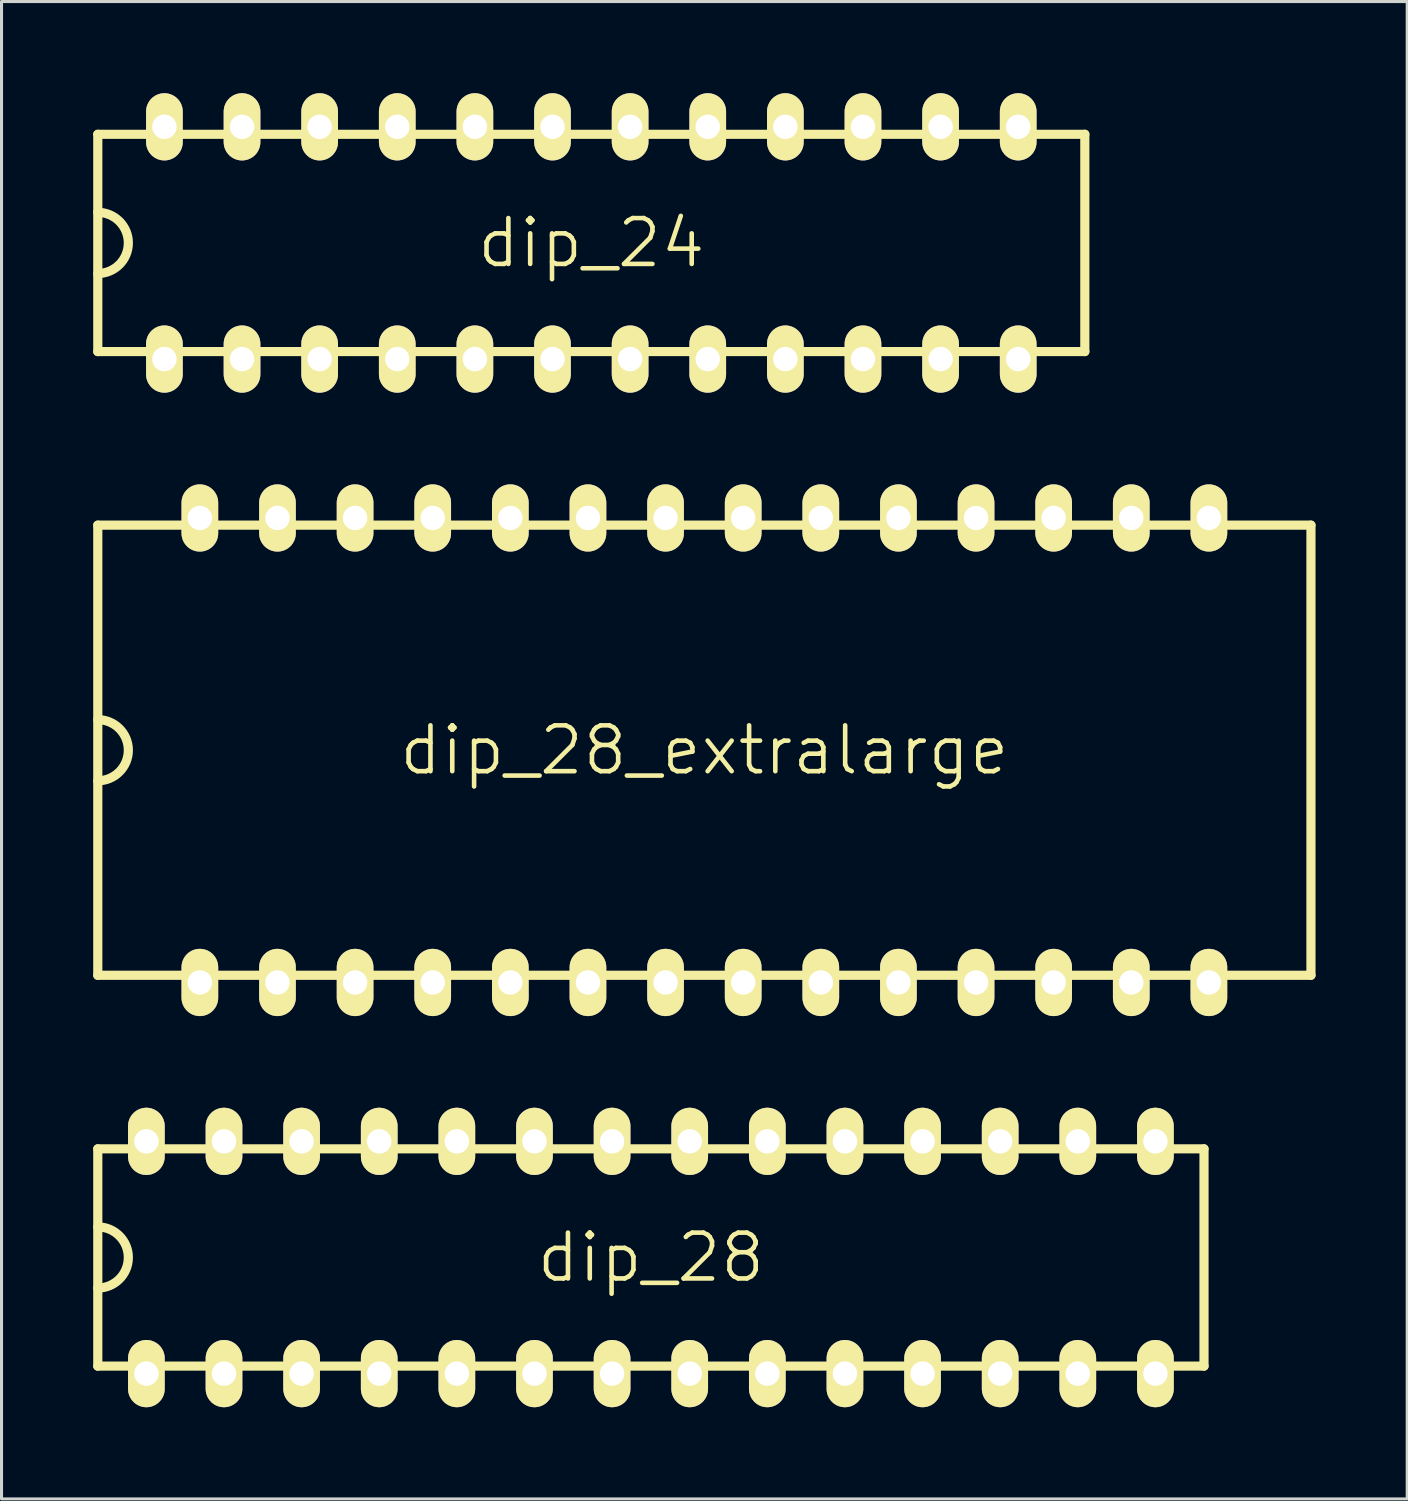
<source format=kicad_pcb>
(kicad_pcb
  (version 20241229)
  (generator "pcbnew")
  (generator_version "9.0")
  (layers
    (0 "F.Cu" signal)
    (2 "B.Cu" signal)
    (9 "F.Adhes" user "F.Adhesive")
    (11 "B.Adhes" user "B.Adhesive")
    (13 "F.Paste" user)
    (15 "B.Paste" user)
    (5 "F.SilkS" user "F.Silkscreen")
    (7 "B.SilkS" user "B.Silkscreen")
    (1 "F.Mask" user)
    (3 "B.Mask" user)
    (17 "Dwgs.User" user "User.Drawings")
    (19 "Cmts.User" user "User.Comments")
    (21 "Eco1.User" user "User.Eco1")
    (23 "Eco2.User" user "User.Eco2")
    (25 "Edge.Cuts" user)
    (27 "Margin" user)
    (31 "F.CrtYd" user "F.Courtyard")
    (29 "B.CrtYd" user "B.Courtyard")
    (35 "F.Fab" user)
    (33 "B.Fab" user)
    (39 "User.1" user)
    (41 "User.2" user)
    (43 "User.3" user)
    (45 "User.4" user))
  (footprint "dip_28"
    (layer "F.Cu")
    (at 18.25 38.1)
    (property "Reference" "dip_28" (at 0 0 0) (layer "F.SilkS") (effects (font (size 1.5 1.5) (thickness 0.15))))
    (attr through_hole)
    (fp_line (start -18.1 -3.555) (end 18.1 -3.555) (stroke (width 0.3) (type solid)) (layer "F.SilkS"))
    (fp_line (start -18.1 3.555) (end -18.1 -3.555) (stroke (width 0.3) (type solid)) (layer "F.SilkS"))
    (fp_line (start 18.1 -3.555) (end 18.1 3.555) (stroke (width 0.3) (type solid)) (layer "F.SilkS"))
    (fp_line (start 18.1 3.555) (end -18.1 3.555) (stroke (width 0.3) (type solid)) (layer "F.SilkS"))
    (fp_arc (start -18.1 -1) (mid -17.1 0) (end -18.1 1) (stroke (width 0.3) (type solid)) (layer "F.SilkS"))
    (pad "1" thru_hole oval (at -16.51 3.8) (size 1.2 2.2) (drill 0.8) (layers "*.Cu" "*.Mask" "F.SilkS"))
    (pad "2" thru_hole oval (at -13.97 3.8) (size 1.2 2.2) (drill 0.8) (layers "*.Cu" "*.Mask" "F.SilkS"))
    (pad "3" thru_hole oval (at -11.43 3.8) (size 1.2 2.2) (drill 0.8) (layers "*.Cu" "*.Mask" "F.SilkS"))
    (pad "4" thru_hole oval (at -8.89 3.8) (size 1.2 2.2) (drill 0.8) (layers "*.Cu" "*.Mask" "F.SilkS"))
    (pad "5" thru_hole oval (at -6.35 3.8) (size 1.2 2.2) (drill 0.8) (layers "*.Cu" "*.Mask" "F.SilkS"))
    (pad "6" thru_hole oval (at -3.81 3.8) (size 1.2 2.2) (drill 0.8) (layers "*.Cu" "*.Mask" "F.SilkS"))
    (pad "7" thru_hole oval (at -1.27 3.8) (size 1.2 2.2) (drill 0.8) (layers "*.Cu" "*.Mask" "F.SilkS"))
    (pad "8" thru_hole oval (at 1.27 3.8) (size 1.2 2.2) (drill 0.8) (layers "*.Cu" "*.Mask" "F.SilkS"))
    (pad "9" thru_hole oval (at 3.81 3.8) (size 1.2 2.2) (drill 0.8) (layers "*.Cu" "*.Mask" "F.SilkS"))
    (pad "10" thru_hole oval (at 6.35 3.8) (size 1.2 2.2) (drill 0.8) (layers "*.Cu" "*.Mask" "F.SilkS"))
    (pad "11" thru_hole oval (at 8.89 3.8) (size 1.2 2.2) (drill 0.8) (layers "*.Cu" "*.Mask" "F.SilkS"))
    (pad "12" thru_hole oval (at 11.43 3.8) (size 1.2 2.2) (drill 0.8) (layers "*.Cu" "*.Mask" "F.SilkS"))
    (pad "13" thru_hole oval (at 13.97 3.8) (size 1.2 2.2) (drill 0.8) (layers "*.Cu" "*.Mask" "F.SilkS"))
    (pad "14" thru_hole oval (at 16.51 3.8) (size 1.2 2.2) (drill 0.8) (layers "*.Cu" "*.Mask" "F.SilkS"))
    (pad "15" thru_hole oval (at 16.51 -3.8) (size 1.2 2.2) (drill 0.8) (layers "*.Cu" "*.Mask" "F.SilkS"))
    (pad "16" thru_hole oval (at 13.97 -3.8) (size 1.2 2.2) (drill 0.8) (layers "*.Cu" "*.Mask" "F.SilkS"))
    (pad "17" thru_hole oval (at 11.43 -3.8) (size 1.2 2.2) (drill 0.8) (layers "*.Cu" "*.Mask" "F.SilkS"))
    (pad "18" thru_hole oval (at 8.89 -3.8) (size 1.2 2.2) (drill 0.8) (layers "*.Cu" "*.Mask" "F.SilkS"))
    (pad "19" thru_hole oval (at 6.35 -3.8) (size 1.2 2.2) (drill 0.8) (layers "*.Cu" "*.Mask" "F.SilkS"))
    (pad "20" thru_hole oval (at 3.81 -3.8) (size 1.2 2.2) (drill 0.8) (layers "*.Cu" "*.Mask" "F.SilkS"))
    (pad "21" thru_hole oval (at 1.27 -3.8) (size 1.2 2.2) (drill 0.8) (layers "*.Cu" "*.Mask" "F.SilkS"))
    (pad "22" thru_hole oval (at -1.27 -3.8) (size 1.2 2.2) (drill 0.8) (layers "*.Cu" "*.Mask" "F.SilkS"))
    (pad "23" thru_hole oval (at -3.81 -3.8) (size 1.2 2.2) (drill 0.8) (layers "*.Cu" "*.Mask" "F.SilkS"))
    (pad "24" thru_hole oval (at -6.35 -3.8) (size 1.2 2.2) (drill 0.8) (layers "*.Cu" "*.Mask" "F.SilkS"))
    (pad "25" thru_hole oval (at -8.89 -3.8) (size 1.2 2.2) (drill 0.8) (layers "*.Cu" "*.Mask" "F.SilkS"))
    (pad "26" thru_hole oval (at -11.43 -3.8) (size 1.2 2.2) (drill 0.8) (layers "*.Cu" "*.Mask" "F.SilkS"))
    (pad "27" thru_hole oval (at -13.97 -3.8) (size 1.2 2.2) (drill 0.8) (layers "*.Cu" "*.Mask" "F.SilkS"))
    (pad "28" thru_hole oval (at -16.51 -3.8) (size 1.2 2.2) (drill 0.8) (layers "*.Cu" "*.Mask" "F.SilkS")))
  (footprint "dip_24"
    (layer "F.Cu")
    (at 16.3 4.9)
    (property "Reference" "dip_24" (at 0 0 0) (layer "F.SilkS") (effects (font (size 1.5 1.5) (thickness 0.15))))
    (attr through_hole)
    (fp_line (start -16.15 -3.555) (end 16.15 -3.555) (stroke (width 0.3) (type solid)) (layer "F.SilkS"))
    (fp_line (start -16.15 3.555) (end -16.15 -3.555) (stroke (width 0.3) (type solid)) (layer "F.SilkS"))
    (fp_line (start 16.15 -3.555) (end 16.15 3.555) (stroke (width 0.3) (type solid)) (layer "F.SilkS"))
    (fp_line (start 16.15 3.555) (end -16.15 3.555) (stroke (width 0.3) (type solid)) (layer "F.SilkS"))
    (fp_arc (start -16.15 -1) (mid -15.15 0) (end -16.15 1) (stroke (width 0.3) (type solid)) (layer "F.SilkS"))
    (pad "1" thru_hole oval (at -13.97 3.8) (size 1.2 2.2) (drill 0.8) (layers "*.Cu" "*.Mask" "F.SilkS"))
    (pad "2" thru_hole oval (at -11.43 3.8) (size 1.2 2.2) (drill 0.8) (layers "*.Cu" "*.Mask" "F.SilkS"))
    (pad "3" thru_hole oval (at -8.89 3.8) (size 1.2 2.2) (drill 0.8) (layers "*.Cu" "*.Mask" "F.SilkS"))
    (pad "4" thru_hole oval (at -6.35 3.8) (size 1.2 2.2) (drill 0.8) (layers "*.Cu" "*.Mask" "F.SilkS"))
    (pad "5" thru_hole oval (at -3.81 3.8) (size 1.2 2.2) (drill 0.8) (layers "*.Cu" "*.Mask" "F.SilkS"))
    (pad "6" thru_hole oval (at -1.27 3.8) (size 1.2 2.2) (drill 0.8) (layers "*.Cu" "*.Mask" "F.SilkS"))
    (pad "7" thru_hole oval (at 1.27 3.8) (size 1.2 2.2) (drill 0.8) (layers "*.Cu" "*.Mask" "F.SilkS"))
    (pad "8" thru_hole oval (at 3.81 3.8) (size 1.2 2.2) (drill 0.8) (layers "*.Cu" "*.Mask" "F.SilkS"))
    (pad "9" thru_hole oval (at 6.35 3.8) (size 1.2 2.2) (drill 0.8) (layers "*.Cu" "*.Mask" "F.SilkS"))
    (pad "10" thru_hole oval (at 8.89 3.8) (size 1.2 2.2) (drill 0.8) (layers "*.Cu" "*.Mask" "F.SilkS"))
    (pad "11" thru_hole oval (at 11.43 3.8) (size 1.2 2.2) (drill 0.8) (layers "*.Cu" "*.Mask" "F.SilkS"))
    (pad "12" thru_hole oval (at 13.97 3.8) (size 1.2 2.2) (drill 0.8) (layers "*.Cu" "*.Mask" "F.SilkS"))
    (pad "13" thru_hole oval (at 13.97 -3.8) (size 1.2 2.2) (drill 0.8) (layers "*.Cu" "*.Mask" "F.SilkS"))
    (pad "14" thru_hole oval (at 11.43 -3.8) (size 1.2 2.2) (drill 0.8) (layers "*.Cu" "*.Mask" "F.SilkS"))
    (pad "15" thru_hole oval (at 8.89 -3.8) (size 1.2 2.2) (drill 0.8) (layers "*.Cu" "*.Mask" "F.SilkS"))
    (pad "16" thru_hole oval (at 6.35 -3.8) (size 1.2 2.2) (drill 0.8) (layers "*.Cu" "*.Mask" "F.SilkS"))
    (pad "17" thru_hole oval (at 3.81 -3.8) (size 1.2 2.2) (drill 0.8) (layers "*.Cu" "*.Mask" "F.SilkS"))
    (pad "18" thru_hole oval (at 1.27 -3.8) (size 1.2 2.2) (drill 0.8) (layers "*.Cu" "*.Mask" "F.SilkS"))
    (pad "19" thru_hole oval (at -1.27 -3.8) (size 1.2 2.2) (drill 0.8) (layers "*.Cu" "*.Mask" "F.SilkS"))
    (pad "20" thru_hole oval (at -3.81 -3.8) (size 1.2 2.2) (drill 0.8) (layers "*.Cu" "*.Mask" "F.SilkS"))
    (pad "21" thru_hole oval (at -6.35 -3.8) (size 1.2 2.2) (drill 0.8) (layers "*.Cu" "*.Mask" "F.SilkS"))
    (pad "22" thru_hole oval (at -8.89 -3.8) (size 1.2 2.2) (drill 0.8) (layers "*.Cu" "*.Mask" "F.SilkS"))
    (pad "23" thru_hole oval (at -11.43 -3.8) (size 1.2 2.2) (drill 0.8) (layers "*.Cu" "*.Mask" "F.SilkS"))
    (pad "24" thru_hole oval (at -13.97 -3.8) (size 1.2 2.2) (drill 0.8) (layers "*.Cu" "*.Mask" "F.SilkS")))
  (footprint "dip_28_extralarge"
    (layer "F.Cu")
    (at 20 21.5)
    (property "Reference" "dip_28_extralarge" (at 0 0 0) (layer "F.SilkS") (effects (font (size 1.5 1.5) (thickness 0.15))))
    (attr through_hole)
    (fp_line (start -19.85 -7.365) (end 19.85 -7.365) (stroke (width 0.3) (type solid)) (layer "F.SilkS"))
    (fp_line (start -19.85 7.365) (end -19.85 -7.365) (stroke (width 0.3) (type solid)) (layer "F.SilkS"))
    (fp_line (start 19.85 -7.365) (end 19.85 7.365) (stroke (width 0.3) (type solid)) (layer "F.SilkS"))
    (fp_line (start 19.85 7.365) (end -19.85 7.365) (stroke (width 0.3) (type solid)) (layer "F.SilkS"))
    (fp_arc (start -19.85 -1) (mid -18.85 0) (end -19.85 1) (stroke (width 0.3) (type solid)) (layer "F.SilkS"))
    (pad "1" thru_hole oval (at -16.51 7.6) (size 1.2 2.2) (drill 0.8) (layers "*.Cu" "*.Mask" "F.SilkS"))
    (pad "2" thru_hole oval (at -13.97 7.6) (size 1.2 2.2) (drill 0.8) (layers "*.Cu" "*.Mask" "F.SilkS"))
    (pad "3" thru_hole oval (at -11.43 7.6) (size 1.2 2.2) (drill 0.8) (layers "*.Cu" "*.Mask" "F.SilkS"))
    (pad "4" thru_hole oval (at -8.89 7.6) (size 1.2 2.2) (drill 0.8) (layers "*.Cu" "*.Mask" "F.SilkS"))
    (pad "5" thru_hole oval (at -6.35 7.6) (size 1.2 2.2) (drill 0.8) (layers "*.Cu" "*.Mask" "F.SilkS"))
    (pad "6" thru_hole oval (at -3.81 7.6) (size 1.2 2.2) (drill 0.8) (layers "*.Cu" "*.Mask" "F.SilkS"))
    (pad "7" thru_hole oval (at -1.27 7.6) (size 1.2 2.2) (drill 0.8) (layers "*.Cu" "*.Mask" "F.SilkS"))
    (pad "8" thru_hole oval (at 1.27 7.6) (size 1.2 2.2) (drill 0.8) (layers "*.Cu" "*.Mask" "F.SilkS"))
    (pad "9" thru_hole oval (at 3.81 7.6) (size 1.2 2.2) (drill 0.8) (layers "*.Cu" "*.Mask" "F.SilkS"))
    (pad "10" thru_hole oval (at 6.35 7.6) (size 1.2 2.2) (drill 0.8) (layers "*.Cu" "*.Mask" "F.SilkS"))
    (pad "11" thru_hole oval (at 8.89 7.6) (size 1.2 2.2) (drill 0.8) (layers "*.Cu" "*.Mask" "F.SilkS"))
    (pad "12" thru_hole oval (at 11.43 7.6) (size 1.2 2.2) (drill 0.8) (layers "*.Cu" "*.Mask" "F.SilkS"))
    (pad "13" thru_hole oval (at 13.97 7.6) (size 1.2 2.2) (drill 0.8) (layers "*.Cu" "*.Mask" "F.SilkS"))
    (pad "14" thru_hole oval (at 16.51 7.6) (size 1.2 2.2) (drill 0.8) (layers "*.Cu" "*.Mask" "F.SilkS"))
    (pad "15" thru_hole oval (at 16.51 -7.6) (size 1.2 2.2) (drill 0.8) (layers "*.Cu" "*.Mask" "F.SilkS"))
    (pad "16" thru_hole oval (at 13.97 -7.6) (size 1.2 2.2) (drill 0.8) (layers "*.Cu" "*.Mask" "F.SilkS"))
    (pad "17" thru_hole oval (at 11.43 -7.6) (size 1.2 2.2) (drill 0.8) (layers "*.Cu" "*.Mask" "F.SilkS"))
    (pad "18" thru_hole oval (at 8.89 -7.6) (size 1.2 2.2) (drill 0.8) (layers "*.Cu" "*.Mask" "F.SilkS"))
    (pad "19" thru_hole oval (at 6.35 -7.6) (size 1.2 2.2) (drill 0.8) (layers "*.Cu" "*.Mask" "F.SilkS"))
    (pad "20" thru_hole oval (at 3.81 -7.6) (size 1.2 2.2) (drill 0.8) (layers "*.Cu" "*.Mask" "F.SilkS"))
    (pad "21" thru_hole oval (at 1.27 -7.6) (size 1.2 2.2) (drill 0.8) (layers "*.Cu" "*.Mask" "F.SilkS"))
    (pad "22" thru_hole oval (at -1.27 -7.6) (size 1.2 2.2) (drill 0.8) (layers "*.Cu" "*.Mask" "F.SilkS"))
    (pad "23" thru_hole oval (at -3.81 -7.6) (size 1.2 2.2) (drill 0.8) (layers "*.Cu" "*.Mask" "F.SilkS"))
    (pad "24" thru_hole oval (at -6.35 -7.6) (size 1.2 2.2) (drill 0.8) (layers "*.Cu" "*.Mask" "F.SilkS"))
    (pad "25" thru_hole oval (at -8.89 -7.6) (size 1.2 2.2) (drill 0.8) (layers "*.Cu" "*.Mask" "F.SilkS"))
    (pad "26" thru_hole oval (at -11.43 -7.6) (size 1.2 2.2) (drill 0.8) (layers "*.Cu" "*.Mask" "F.SilkS"))
    (pad "27" thru_hole oval (at -13.97 -7.6) (size 1.2 2.2) (drill 0.8) (layers "*.Cu" "*.Mask" "F.SilkS"))
    (pad "28" thru_hole oval (at -16.51 -7.6) (size 1.2 2.2) (drill 0.8) (layers "*.Cu" "*.Mask" "F.SilkS")))
  (gr_rect
    (start -3 -3)
    (end 43 46)
    (stroke (width 0.1) (type default))
    (fill no)
    (layer "Edge.Cuts")))
</source>
